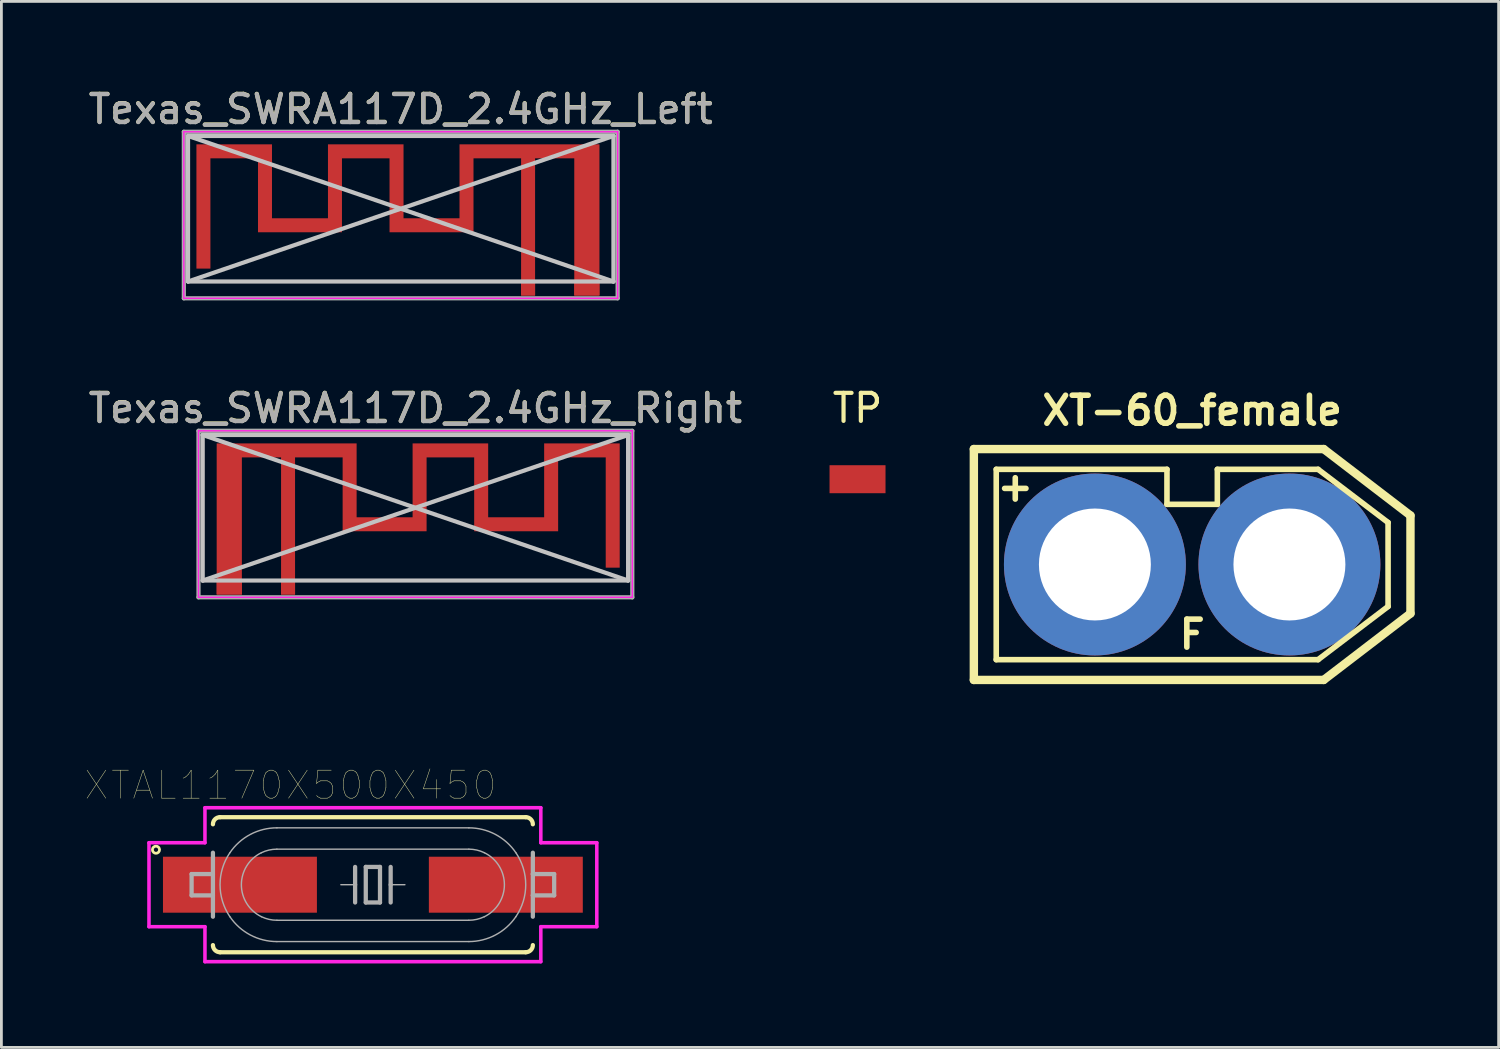
<source format=kicad_pcb>
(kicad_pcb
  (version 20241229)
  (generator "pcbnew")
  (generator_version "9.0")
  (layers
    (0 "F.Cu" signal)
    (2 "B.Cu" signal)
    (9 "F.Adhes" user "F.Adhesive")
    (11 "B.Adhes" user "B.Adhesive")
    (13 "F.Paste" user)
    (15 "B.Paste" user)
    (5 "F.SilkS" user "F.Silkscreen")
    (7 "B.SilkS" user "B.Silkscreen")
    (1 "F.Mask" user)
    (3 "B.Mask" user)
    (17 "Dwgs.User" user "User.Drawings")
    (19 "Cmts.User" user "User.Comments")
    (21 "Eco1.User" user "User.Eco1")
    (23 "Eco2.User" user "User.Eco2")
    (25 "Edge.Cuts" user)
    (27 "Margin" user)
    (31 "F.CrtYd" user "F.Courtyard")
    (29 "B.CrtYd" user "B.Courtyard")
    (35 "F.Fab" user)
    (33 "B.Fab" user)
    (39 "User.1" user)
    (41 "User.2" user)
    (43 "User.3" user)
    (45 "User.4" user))
  (footprint "TP"
    (layer "F.Cu")
    (at 27.589 14.072)
    (property "Reference" "TP" (at 0 -2.54 0) (layer "F.SilkS") (effects (font (size 1 1) (thickness 0.15))))
    (attr through_hole)
    (pad "1" smd rect (at 0 0) (size 2 1) (layers "F.Cu" "F.Mask" "F.Paste")))
  (footprint "XT-60_female"
    (layer "F.Cu")
    (at 39.545 17.119)
    (property "Reference" "XT-60_female" (at 0 -5.5 0) (layer "F.SilkS") (effects (font (size 1 1) (thickness 0.2))))
    (attr through_hole)
    (fp_line (start -7.8 -4.125) (end -7.8 4.125) (stroke (width 0.3) (type solid)) (layer "F.SilkS"))
    (fp_line (start -7.8 -4.125) (end 4.7 -4.125) (stroke (width 0.3) (type solid)) (layer "F.SilkS"))
    (fp_line (start -7.8 4.125) (end 4.7 4.125) (stroke (width 0.3) (type solid)) (layer "F.SilkS"))
    (fp_line (start -7 -3.4) (end -7 3.4) (stroke (width 0.2) (type solid)) (layer "F.SilkS"))
    (fp_line (start -7 -3.4) (end -0.9 -3.4) (stroke (width 0.2) (type solid)) (layer "F.SilkS"))
    (fp_line (start -7 3.4) (end 4.5 3.4) (stroke (width 0.2) (type solid)) (layer "F.SilkS"))
    (fp_line (start -0.9 -3.4) (end -0.9 -2.15) (stroke (width 0.2) (type solid)) (layer "F.SilkS"))
    (fp_line (start -0.9 -2.15) (end 0.9 -2.15) (stroke (width 0.2) (type solid)) (layer "F.SilkS"))
    (fp_line (start 0.9 -3.4) (end 4.5 -3.4) (stroke (width 0.2) (type solid)) (layer "F.SilkS"))
    (fp_line (start 0.9 -2.15) (end 0.9 -3.4) (stroke (width 0.2) (type solid)) (layer "F.SilkS"))
    (fp_line (start 4.5 -3.4) (end 7 -1.5) (stroke (width 0.2) (type solid)) (layer "F.SilkS"))
    (fp_line (start 4.5 3.4) (end 7 1.5) (stroke (width 0.2) (type solid)) (layer "F.SilkS"))
    (fp_line (start 4.7 -4.125) (end 7.8 -1.75) (stroke (width 0.3) (type solid)) (layer "F.SilkS"))
    (fp_line (start 4.7 4.125) (end 7.8 1.75) (stroke (width 0.3) (type solid)) (layer "F.SilkS"))
    (fp_line (start 7 -1.5) (end 7 1.5) (stroke (width 0.2) (type solid)) (layer "F.SilkS"))
    (fp_line (start 7.8 -1.75) (end 7.8 1.75) (stroke (width 0.3) (type solid)) (layer "F.SilkS"))
    (fp_text user "F" (at 0 2.5 0) (layer "F.SilkS") (effects (font (size 1 1) (thickness 0.2))))
    (fp_text user "+" (at -6.32 -2.79 0) (layer "F.SilkS") (effects (font (size 1 1) (thickness 0.2))))
    (pad "1" thru_hole circle (at 3.475 0) (size 6.5 6.5) (drill 4) (layers "*.Cu" "*.Mask"))
    (pad "2" thru_hole circle (at -3.475 0) (size 6.5 6.5) (drill 4) (layers "*.Cu" "*.Mask")))
  (footprint "Texas_SWRA117D_2.4GHz_Left"
    (layer "F.Cu")
    (at 15.818 7.258)
    (property "Reference" "Texas_SWRA117D_2.4GHz_Left" (at -4.55 -6.41 0) (layer "F.SilkS") (effects (font (size 1 1) (thickness 0.15))))
    (attr exclude_from_pos_files exclude_from_bom)
    (fp_poly (pts (xy -2.45 -2.51) (xy -4.45 -2.51) (xy -4.45 -5.15) (xy -7.15 -5.15) (xy -7.15 -2.51) (xy -9.15 -2.51) (xy -9.15 -5.15) (xy -11.85 -5.15) (xy -11.85 -0.71) (xy -11.35 -0.71) (xy -11.35 -4.65) (xy -9.65 -4.65) (xy -9.65 -2.01) (xy -6.65 -2.01) (xy -6.65 -4.65) (xy -4.95 -4.65) (xy -4.95 -2.01) (xy -1.95 -2.01) (xy -1.95 -4.65) (xy -0.25 -4.65) (xy -0.25 0.25) (xy 0.25 0.25) (xy 0.25 -4.65) (xy 1.65 -4.65) (xy 1.65 0.25) (xy 2.55 0.25) (xy 2.55 0.007) (xy 2.248 0.007) (xy 2.238 0.054) (xy 2.214 0.097) (xy 2.176 0.13) (xy 2.168 0.134) (xy 2.125 0.146) (xy 2.077 0.145) (xy 2.031 0.132) (xy 2.013 0.122) (xy 1.979 0.087) (xy 1.958 0.041) (xy 1.952 -0.008) (xy 1.96 -0.056) (xy 1.977 -0.089) (xy 2.012 -0.121) (xy 2.058 -0.141) (xy 2.107 -0.148) (xy 2.155 -0.14) (xy 2.188 -0.123) (xy 2.223 -0.086) (xy 2.243 -0.042) (xy 2.248 0.007) (xy 2.55 0.007) (xy 2.55 -5.15) (xy -2.45 -5.15) (xy -2.45 -2.51)) (stroke (width 0) (type solid)) (fill yes) (layer "F.Cu"))
    (fp_line (start -12.15 -0.25) (end -12.15 -5.45) (stroke (width 0.15) (type solid)) (layer "Dwgs.User"))
    (fp_line (start 3.05 -5.45) (end -12.15 -5.45) (stroke (width 0.15) (type solid)) (layer "Dwgs.User"))
    (fp_line (start 3.05 -5.45) (end -12.15 -0.25) (stroke (width 0.15) (type solid)) (layer "Dwgs.User"))
    (fp_line (start 3.05 -0.25) (end -12.15 -5.45) (stroke (width 0.15) (type solid)) (layer "Dwgs.User"))
    (fp_line (start 3.05 -0.25) (end -12.15 -0.25) (stroke (width 0.15) (type solid)) (layer "Dwgs.User"))
    (fp_line (start 3.05 -0.25) (end 3.05 -5.45) (stroke (width 0.15) (type solid)) (layer "Dwgs.User"))
    (fp_line (start -12.3 -5.6) (end -12.3 0.35) (stroke (width 0.05) (type solid)) (layer "F.CrtYd"))
    (fp_line (start -12.3 0.35) (end 3.2 0.35) (stroke (width 0.05) (type solid)) (layer "F.CrtYd"))
    (fp_line (start 3.2 -5.6) (end -12.3 -5.6) (stroke (width 0.05) (type solid)) (layer "F.CrtYd"))
    (fp_line (start 3.2 0.35) (end 3.2 -5.6) (stroke (width 0.05) (type solid)) (layer "F.CrtYd"))
    (fp_line (start -12.3 -5.6) (end -12.3 0.35) (stroke (width 0.15) (type solid)) (layer "F.Fab"))
    (fp_line (start -12.3 0.35) (end 3.2 0.35) (stroke (width 0.15) (type solid)) (layer "F.Fab"))
    (fp_line (start 3.2 -5.6) (end -12.3 -5.6) (stroke (width 0.15) (type solid)) (layer "F.Fab"))
    (fp_line (start 3.2 0.35) (end 3.2 -5.6) (stroke (width 0.15) (type solid)) (layer "F.Fab"))
    (fp_text user "${REFERENCE}" (at -4.55 -6.4 0) (layer "F.Fab") (effects (font (size 1 1) (thickness 0.15))))
    (pad "1" connect rect (at 0 0) (size 0.5 0.5) (layers "F.Cu"))
    (pad "2" smd rect (at 2.1 0) (size 0.9 0.5) (layers "F.Cu" "F.Mask" "F.Paste")))
  (footprint "XTAL1170X500X450"
    (layer "F.Cu")
    (at 10.273 28.56)
    (property "Reference" "XTAL1170X500X450" (at -2.942 -3.554 0) (layer "F.SilkS") (effects (font (size 1.001 1.001) (thickness 0.015))))
    (attr through_hole)
    (fp_line (start -5.461 -2.413) (end 5.461 -2.413) (stroke (width 0.152) (type solid)) (layer "F.SilkS"))
    (fp_line (start -5.461 2.413) (end 5.461 2.413) (stroke (width 0.152) (type solid)) (layer "F.SilkS"))
    (fp_arc (start -5.715 -2.159) (mid -5.640605 -2.338605) (end -5.461 -2.413) (stroke (width 0.1524) (type solid)) (layer "F.SilkS"))
    (fp_arc (start -5.461 2.413) (mid -5.640605 2.338605) (end -5.715 2.159) (stroke (width 0.1524) (type solid)) (layer "F.SilkS"))
    (fp_arc (start 5.461 -2.413) (mid 5.640605 -2.338605) (end 5.715 -2.159) (stroke (width 0.1524) (type solid)) (layer "F.SilkS"))
    (fp_arc (start 5.715 2.159) (mid 5.640605 2.338605) (end 5.461 2.413) (stroke (width 0.1524) (type solid)) (layer "F.SilkS"))
    (fp_circle (center -7.75 -1.25) (end -7.623 -1.25) (stroke (width 0.1) (type solid)) (fill no) (layer "F.SilkS"))
    (fp_line (start -8 -1.5) (end -8 1.5) (stroke (width 0.127) (type solid)) (layer "F.CrtYd"))
    (fp_line (start -8 1.5) (end -6 1.5) (stroke (width 0.127) (type solid)) (layer "F.CrtYd"))
    (fp_line (start -6 -2.75) (end -6 -1.5) (stroke (width 0.127) (type solid)) (layer "F.CrtYd"))
    (fp_line (start -6 -1.5) (end -8 -1.5) (stroke (width 0.127) (type solid)) (layer "F.CrtYd"))
    (fp_line (start -6 1.5) (end -6 2.75) (stroke (width 0.127) (type solid)) (layer "F.CrtYd"))
    (fp_line (start -6 2.75) (end 6 2.75) (stroke (width 0.127) (type solid)) (layer "F.CrtYd"))
    (fp_line (start 6 -2.75) (end -6 -2.75) (stroke (width 0.127) (type solid)) (layer "F.CrtYd"))
    (fp_line (start 6 -1.5) (end 6 -2.75) (stroke (width 0.127) (type solid)) (layer "F.CrtYd"))
    (fp_line (start 6 1.5) (end 8 1.5) (stroke (width 0.127) (type solid)) (layer "F.CrtYd"))
    (fp_line (start 6 2.75) (end 6 1.5) (stroke (width 0.127) (type solid)) (layer "F.CrtYd"))
    (fp_line (start 8 -1.5) (end 6 -1.5) (stroke (width 0.127) (type solid)) (layer "F.CrtYd"))
    (fp_line (start 8 1.5) (end 8 -1.5) (stroke (width 0.127) (type solid)) (layer "F.CrtYd"))
    (fp_line (start -6.477 -0.381) (end -6.477 0.381) (stroke (width 0.152) (type solid)) (layer "F.Fab"))
    (fp_line (start -5.715 -1.143) (end -5.715 1.143) (stroke (width 0.152) (type solid)) (layer "F.Fab"))
    (fp_line (start -5.715 -0.381) (end -6.477 -0.381) (stroke (width 0.152) (type solid)) (layer "F.Fab"))
    (fp_line (start -5.715 0.381) (end -6.477 0.381) (stroke (width 0.152) (type solid)) (layer "F.Fab"))
    (fp_line (start -3.429 -2.032) (end 3.429 -2.032) (stroke (width 0.051) (type solid)) (layer "F.Fab"))
    (fp_line (start -3.429 -1.27) (end 3.429 -1.27) (stroke (width 0.051) (type solid)) (layer "F.Fab"))
    (fp_line (start -0.635 -0.635) (end -0.635 0) (stroke (width 0.152) (type solid)) (layer "F.Fab"))
    (fp_line (start -0.635 0) (end -1.143 0) (stroke (width 0.051) (type solid)) (layer "F.Fab"))
    (fp_line (start -0.635 0) (end -0.635 0.635) (stroke (width 0.152) (type solid)) (layer "F.Fab"))
    (fp_line (start -0.254 -0.635) (end -0.254 0.635) (stroke (width 0.152) (type solid)) (layer "F.Fab"))
    (fp_line (start -0.254 0.635) (end 0.254 0.635) (stroke (width 0.152) (type solid)) (layer "F.Fab"))
    (fp_line (start 0.254 -0.635) (end -0.254 -0.635) (stroke (width 0.152) (type solid)) (layer "F.Fab"))
    (fp_line (start 0.254 0.635) (end 0.254 -0.635) (stroke (width 0.152) (type solid)) (layer "F.Fab"))
    (fp_line (start 0.635 -0.635) (end 0.635 0) (stroke (width 0.152) (type solid)) (layer "F.Fab"))
    (fp_line (start 0.635 0) (end 0.635 0.635) (stroke (width 0.152) (type solid)) (layer "F.Fab"))
    (fp_line (start 0.635 0) (end 1.143 0) (stroke (width 0.051) (type solid)) (layer "F.Fab"))
    (fp_line (start 3.429 1.27) (end -3.429 1.27) (stroke (width 0.051) (type solid)) (layer "F.Fab"))
    (fp_line (start 3.429 2.032) (end -3.429 2.032) (stroke (width 0.051) (type solid)) (layer "F.Fab"))
    (fp_line (start 5.715 -1.143) (end 5.715 -0.381) (stroke (width 0.152) (type solid)) (layer "F.Fab"))
    (fp_line (start 5.715 -0.381) (end 5.715 0.381) (stroke (width 0.152) (type solid)) (layer "F.Fab"))
    (fp_line (start 5.715 -0.381) (end 6.477 -0.381) (stroke (width 0.152) (type solid)) (layer "F.Fab"))
    (fp_line (start 5.715 0.381) (end 5.715 1.143) (stroke (width 0.152) (type solid)) (layer "F.Fab"))
    (fp_line (start 5.715 0.381) (end 6.477 0.381) (stroke (width 0.152) (type solid)) (layer "F.Fab"))
    (fp_line (start 6.477 -0.381) (end 6.477 0.381) (stroke (width 0.152) (type solid)) (layer "F.Fab"))
    (fp_arc (start -5.1091 -1.143) (mid -4.379417 -1.796107) (end -3.429 -2.0321) (stroke (width 0.0508) (type solid)) (layer "F.Fab"))
    (fp_arc (start -5.1091 1.143) (mid -5.46104 0) (end -5.1091 -1.143) (stroke (width 0.0508) (type solid)) (layer "F.Fab"))
    (fp_arc (start -3.9826 -1.143) (mid -3.712991 -1.237845) (end -3.429 -1.27) (stroke (width 0.0508) (type solid)) (layer "F.Fab"))
    (fp_arc (start -3.9826 1.143) (mid -4.699012 0) (end -3.9826 -1.143) (stroke (width 0.0508) (type solid)) (layer "F.Fab"))
    (fp_arc (start -3.429 1.27) (mid -3.712991 1.237845) (end -3.9826 1.143) (stroke (width 0.0508) (type solid)) (layer "F.Fab"))
    (fp_arc (start -3.429 2.032) (mid -4.379408 1.796062) (end -5.1091 1.143) (stroke (width 0.0508) (type solid)) (layer "F.Fab"))
    (fp_arc (start 3.429 -2.032) (mid 4.379408 -1.796062) (end 5.1091 -1.143) (stroke (width 0.0508) (type solid)) (layer "F.Fab"))
    (fp_arc (start 3.429 -1.27) (mid 3.712991 -1.237845) (end 3.9826 -1.143) (stroke (width 0.0508) (type solid)) (layer "F.Fab"))
    (fp_arc (start 3.9826 -1.143) (mid 4.699012 0) (end 3.9826 1.143) (stroke (width 0.0508) (type solid)) (layer "F.Fab"))
    (fp_arc (start 3.9826 1.143) (mid 3.712991 1.237845) (end 3.429 1.27) (stroke (width 0.0508) (type solid)) (layer "F.Fab"))
    (fp_arc (start 5.109 1.1429) (mid 4.379367 1.795995) (end 3.429 2.032) (stroke (width 0.0508) (type solid)) (layer "F.Fab"))
    (fp_arc (start 5.1091 -1.143) (mid 5.46104 0) (end 5.1091 1.143) (stroke (width 0.0508) (type solid)) (layer "F.Fab"))
    (pad "1" smd rect (at -4.75 0) (size 5.5 2) (layers "F.Cu" "F.Mask" "F.Paste"))
    (pad "2" smd rect (at 4.75 0) (size 5.5 2) (layers "F.Cu" "F.Mask" "F.Paste")))
  (footprint "Texas_SWRA117D_2.4GHz_Right"
    (layer "F.Cu")
    (at 7.242 17.942)
    (property "Reference" "Texas_SWRA117D_2.4GHz_Right" (at 4.55 -6.41 0) (layer "F.SilkS") (effects (font (size 1 1) (thickness 0.15))))
    (attr exclude_from_pos_files exclude_from_bom)
    (fp_poly (pts (xy 2.45 -2.51) (xy 4.45 -2.51) (xy 4.45 -5.15) (xy 7.15 -5.15) (xy 7.15 -2.51) (xy 9.15 -2.51) (xy 9.15 -5.15) (xy 11.85 -5.15) (xy 11.85 -0.71) (xy 11.35 -0.71) (xy 11.35 -4.65) (xy 9.65 -4.65) (xy 9.65 -2.01) (xy 6.65 -2.01) (xy 6.65 -4.65) (xy 4.95 -4.65) (xy 4.95 -2.01) (xy 1.95 -2.01) (xy 1.95 -4.65) (xy 0.25 -4.65) (xy 0.25 0.25) (xy -0.25 0.25) (xy -0.25 -4.65) (xy -1.65 -4.65) (xy -1.65 0.25) (xy -2.55 0.25) (xy -2.55 0.007) (xy -2.248 0.007) (xy -2.238 0.054) (xy -2.214 0.097) (xy -2.176 0.13) (xy -2.168 0.134) (xy -2.125 0.146) (xy -2.077 0.145) (xy -2.031 0.132) (xy -2.013 0.122) (xy -1.979 0.087) (xy -1.958 0.041) (xy -1.952 -0.008) (xy -1.96 -0.056) (xy -1.977 -0.089) (xy -2.012 -0.121) (xy -2.058 -0.141) (xy -2.107 -0.148) (xy -2.155 -0.14) (xy -2.188 -0.123) (xy -2.223 -0.086) (xy -2.243 -0.042) (xy -2.248 0.007) (xy -2.55 0.007) (xy -2.55 -5.15) (xy 2.45 -5.15) (xy 2.45 -2.51)) (stroke (width 0) (type solid)) (fill yes) (layer "F.Cu"))
    (fp_line (start -3.05 -5.45) (end 12.15 -5.45) (stroke (width 0.15) (type solid)) (layer "Dwgs.User"))
    (fp_line (start -3.05 -5.45) (end 12.15 -0.25) (stroke (width 0.15) (type solid)) (layer "Dwgs.User"))
    (fp_line (start -3.05 -0.25) (end -3.05 -5.45) (stroke (width 0.15) (type solid)) (layer "Dwgs.User"))
    (fp_line (start -3.05 -0.25) (end 12.15 -5.45) (stroke (width 0.15) (type solid)) (layer "Dwgs.User"))
    (fp_line (start -3.05 -0.25) (end 12.15 -0.25) (stroke (width 0.15) (type solid)) (layer "Dwgs.User"))
    (fp_line (start 12.15 -0.25) (end 12.15 -5.45) (stroke (width 0.15) (type solid)) (layer "Dwgs.User"))
    (fp_line (start -3.2 -5.6) (end 12.3 -5.6) (stroke (width 0.05) (type solid)) (layer "F.CrtYd"))
    (fp_line (start -3.2 0.35) (end -3.2 -5.6) (stroke (width 0.05) (type solid)) (layer "F.CrtYd"))
    (fp_line (start 12.3 -5.6) (end 12.3 0.35) (stroke (width 0.05) (type solid)) (layer "F.CrtYd"))
    (fp_line (start 12.3 0.35) (end -3.2 0.35) (stroke (width 0.05) (type solid)) (layer "F.CrtYd"))
    (fp_line (start -3.2 -5.6) (end 12.3 -5.6) (stroke (width 0.15) (type solid)) (layer "F.Fab"))
    (fp_line (start -3.2 0.35) (end -3.2 -5.6) (stroke (width 0.15) (type solid)) (layer "F.Fab"))
    (fp_line (start 12.3 -5.6) (end 12.3 0.35) (stroke (width 0.15) (type solid)) (layer "F.Fab"))
    (fp_line (start 12.3 0.35) (end -3.2 0.35) (stroke (width 0.15) (type solid)) (layer "F.Fab"))
    (fp_text user "${REFERENCE}" (at 4.55 -6.4 0) (layer "F.Fab") (effects (font (size 1 1) (thickness 0.15))))
    (pad "1" connect rect (at 0 0) (size 0.5 0.5) (layers "F.Cu"))
    (pad "2" smd rect (at -2.1 0) (size 0.9 0.5) (layers "F.Cu" "F.Mask" "F.Paste")))
  (gr_rect
    (start -3 -3)
    (end 50.495 34.374)
    (stroke (width 0.1) (type default))
    (fill no)
    (layer "Edge.Cuts")))
</source>
